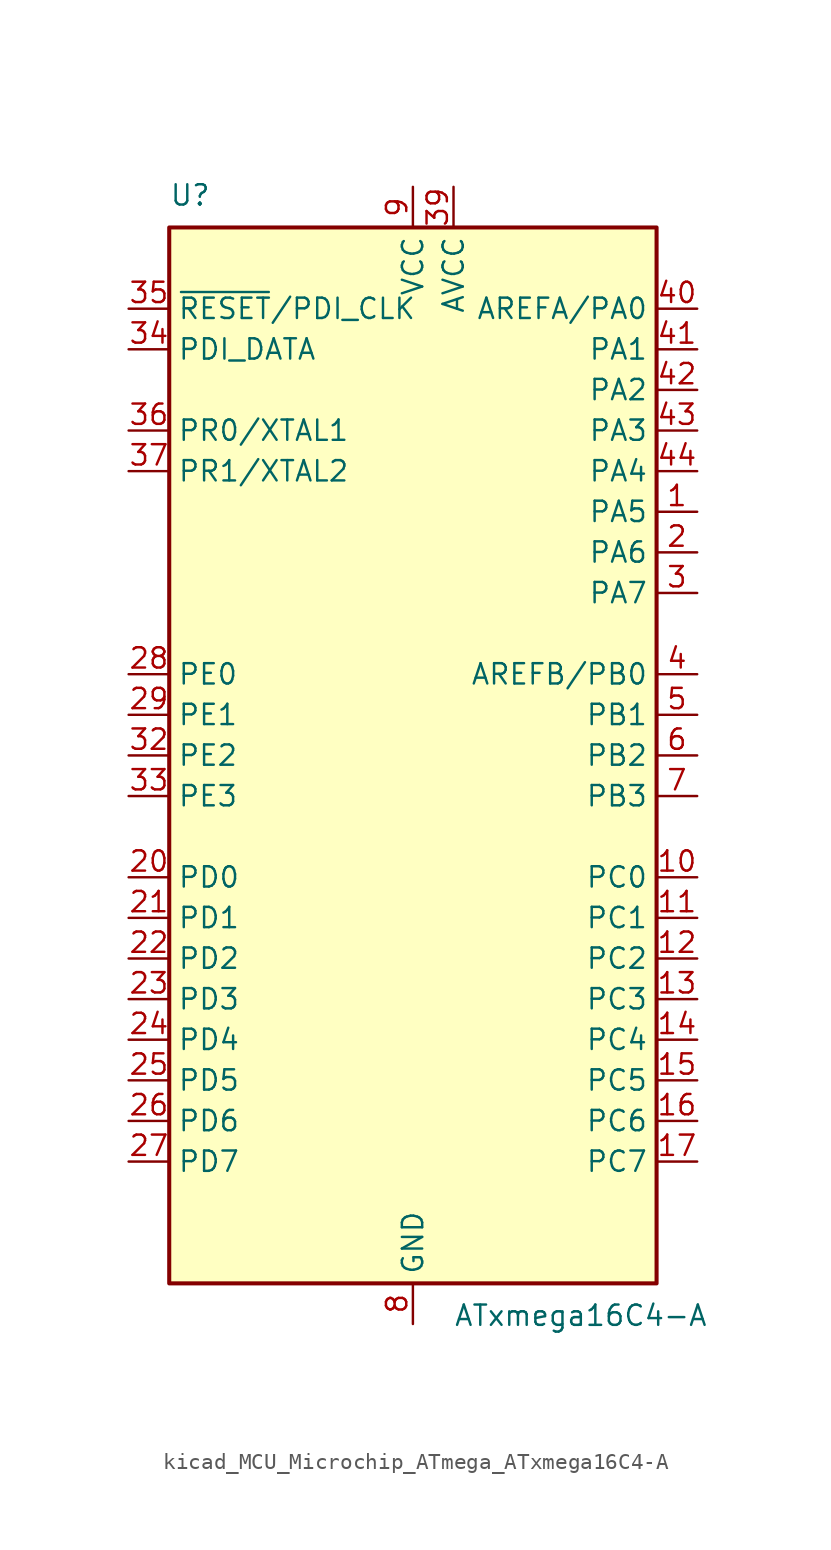
<source format=kicad_sym>
(kicad_symbol_lib
  (version 20220914)
  (generator kicad_symbol_editor)
  (symbol "kicad_MCU_Microchip_ATmega_ATxmega16C4-A"
    (property "Reference" "U"
      (at -15.24 34.29 0)
      (effects (font (size 1.27 1.27)) (justify left bottom)))
    (property "Value" "ATxmega16C4-A"
      (at 2.54 -34.29 0)
      (effects (font (size 1.27 1.27)) (justify left top)))
    (symbol "kicad_MCU_Microchip_ATmega_ATxmega16C4-A_0_1"
      (rectangle (start -15.24 -33.02) (end 15.24 33.02) (stroke (width 0.254) (type default)) (fill (type background))))
    (symbol "kicad_MCU_Microchip_ATmega_ATxmega16C4-A_1_1"
      (pin bidirectional line (at 17.78 15.24 180) (length 2.54) (name "PA5" (effects (font (size 1.27 1.27)))) (number "1" (effects (font (size 1.27 1.27)))))
      (pin bidirectional line (at 17.78 -7.62 180) (length 2.54) (name "PC0" (effects (font (size 1.27 1.27)))) (number "10" (effects (font (size 1.27 1.27)))))
      (pin bidirectional line (at 17.78 -10.16 180) (length 2.54) (name "PC1" (effects (font (size 1.27 1.27)))) (number "11" (effects (font (size 1.27 1.27)))))
      (pin bidirectional line (at 17.78 -12.7 180) (length 2.54) (name "PC2" (effects (font (size 1.27 1.27)))) (number "12" (effects (font (size 1.27 1.27)))))
      (pin bidirectional line (at 17.78 -15.24 180) (length 2.54) (name "PC3" (effects (font (size 1.27 1.27)))) (number "13" (effects (font (size 1.27 1.27)))))
      (pin bidirectional line (at 17.78 -17.78 180) (length 2.54) (name "PC4" (effects (font (size 1.27 1.27)))) (number "14" (effects (font (size 1.27 1.27)))))
      (pin bidirectional line (at 17.78 -20.32 180) (length 2.54) (name "PC5" (effects (font (size 1.27 1.27)))) (number "15" (effects (font (size 1.27 1.27)))))
      (pin bidirectional line (at 17.78 -22.86 180) (length 2.54) (name "PC6" (effects (font (size 1.27 1.27)))) (number "16" (effects (font (size 1.27 1.27)))))
      (pin bidirectional line (at 17.78 -25.4 180) (length 2.54) (name "PC7" (effects (font (size 1.27 1.27)))) (number "17" (effects (font (size 1.27 1.27)))))
      (pin passive line (at 0 -35.56 90) (length 2.54) hide (name "GND" (effects (font (size 1.27 1.27)))) (number "18" (effects (font (size 1.27 1.27)))))
      (pin passive line (at 0 35.56 270) (length 2.54) hide (name "VCC" (effects (font (size 1.27 1.27)))) (number "19" (effects (font (size 1.27 1.27)))))
      (pin bidirectional line (at 17.78 12.7 180) (length 2.54) (name "PA6" (effects (font (size 1.27 1.27)))) (number "2" (effects (font (size 1.27 1.27)))))
      (pin bidirectional line (at -17.78 -7.62 0) (length 2.54) (name "PD0" (effects (font (size 1.27 1.27)))) (number "20" (effects (font (size 1.27 1.27)))))
      (pin bidirectional line (at -17.78 -10.16 0) (length 2.54) (name "PD1" (effects (font (size 1.27 1.27)))) (number "21" (effects (font (size 1.27 1.27)))))
      (pin bidirectional line (at -17.78 -12.7 0) (length 2.54) (name "PD2" (effects (font (size 1.27 1.27)))) (number "22" (effects (font (size 1.27 1.27)))))
      (pin bidirectional line (at -17.78 -15.24 0) (length 2.54) (name "PD3" (effects (font (size 1.27 1.27)))) (number "23" (effects (font (size 1.27 1.27)))))
      (pin bidirectional line (at -17.78 -17.78 0) (length 2.54) (name "PD4" (effects (font (size 1.27 1.27)))) (number "24" (effects (font (size 1.27 1.27)))))
      (pin bidirectional line (at -17.78 -20.32 0) (length 2.54) (name "PD5" (effects (font (size 1.27 1.27)))) (number "25" (effects (font (size 1.27 1.27)))))
      (pin bidirectional line (at -17.78 -22.86 0) (length 2.54) (name "PD6" (effects (font (size 1.27 1.27)))) (number "26" (effects (font (size 1.27 1.27)))))
      (pin bidirectional line (at -17.78 -25.4 0) (length 2.54) (name "PD7" (effects (font (size 1.27 1.27)))) (number "27" (effects (font (size 1.27 1.27)))))
      (pin bidirectional line (at -17.78 5.08 0) (length 2.54) (name "PE0" (effects (font (size 1.27 1.27)))) (number "28" (effects (font (size 1.27 1.27)))))
      (pin bidirectional line (at -17.78 2.54 0) (length 2.54) (name "PE1" (effects (font (size 1.27 1.27)))) (number "29" (effects (font (size 1.27 1.27)))))
      (pin bidirectional line (at 17.78 10.16 180) (length 2.54) (name "PA7" (effects (font (size 1.27 1.27)))) (number "3" (effects (font (size 1.27 1.27)))))
      (pin passive line (at 0 -35.56 90) (length 2.54) hide (name "GND" (effects (font (size 1.27 1.27)))) (number "30" (effects (font (size 1.27 1.27)))))
      (pin passive line (at 0 35.56 270) (length 2.54) hide (name "VCC" (effects (font (size 1.27 1.27)))) (number "31" (effects (font (size 1.27 1.27)))))
      (pin bidirectional line (at -17.78 0 0) (length 2.54) (name "PE2" (effects (font (size 1.27 1.27)))) (number "32" (effects (font (size 1.27 1.27)))))
      (pin bidirectional line (at -17.78 -2.54 0) (length 2.54) (name "PE3" (effects (font (size 1.27 1.27)))) (number "33" (effects (font (size 1.27 1.27)))))
      (pin bidirectional line (at -17.78 25.4 0) (length 2.54) (name "PDI_DATA" (effects (font (size 1.27 1.27)))) (number "34" (effects (font (size 1.27 1.27)))))
      (pin input line (at -17.78 27.94 0) (length 2.54) (name "~{RESET}/PDI_CLK" (effects (font (size 1.27 1.27)))) (number "35" (effects (font (size 1.27 1.27)))))
      (pin bidirectional line (at -17.78 20.32 0) (length 2.54) (name "PR0/XTAL1" (effects (font (size 1.27 1.27)))) (number "36" (effects (font (size 1.27 1.27)))))
      (pin bidirectional line (at -17.78 17.78 0) (length 2.54) (name "PR1/XTAL2" (effects (font (size 1.27 1.27)))) (number "37" (effects (font (size 1.27 1.27)))))
      (pin passive line (at 0 -35.56 90) (length 2.54) hide (name "GND" (effects (font (size 1.27 1.27)))) (number "38" (effects (font (size 1.27 1.27)))))
      (pin power_in line (at 2.54 35.56 270) (length 2.54) (name "AVCC" (effects (font (size 1.27 1.27)))) (number "39" (effects (font (size 1.27 1.27)))))
      (pin bidirectional line (at 17.78 5.08 180) (length 2.54) (name "AREFB/PB0" (effects (font (size 1.27 1.27)))) (number "4" (effects (font (size 1.27 1.27)))))
      (pin bidirectional line (at 17.78 27.94 180) (length 2.54) (name "AREFA/PA0" (effects (font (size 1.27 1.27)))) (number "40" (effects (font (size 1.27 1.27)))))
      (pin bidirectional line (at 17.78 25.4 180) (length 2.54) (name "PA1" (effects (font (size 1.27 1.27)))) (number "41" (effects (font (size 1.27 1.27)))))
      (pin bidirectional line (at 17.78 22.86 180) (length 2.54) (name "PA2" (effects (font (size 1.27 1.27)))) (number "42" (effects (font (size 1.27 1.27)))))
      (pin bidirectional line (at 17.78 20.32 180) (length 2.54) (name "PA3" (effects (font (size 1.27 1.27)))) (number "43" (effects (font (size 1.27 1.27)))))
      (pin bidirectional line (at 17.78 17.78 180) (length 2.54) (name "PA4" (effects (font (size 1.27 1.27)))) (number "44" (effects (font (size 1.27 1.27)))))
      (pin bidirectional line (at 17.78 2.54 180) (length 2.54) (name "PB1" (effects (font (size 1.27 1.27)))) (number "5" (effects (font (size 1.27 1.27)))))
      (pin bidirectional line (at 17.78 0 180) (length 2.54) (name "PB2" (effects (font (size 1.27 1.27)))) (number "6" (effects (font (size 1.27 1.27)))))
      (pin bidirectional line (at 17.78 -2.54 180) (length 2.54) (name "PB3" (effects (font (size 1.27 1.27)))) (number "7" (effects (font (size 1.27 1.27)))))
      (pin power_in line (at 0 -35.56 90) (length 2.54) (name "GND" (effects (font (size 1.27 1.27)))) (number "8" (effects (font (size 1.27 1.27)))))
      (pin power_in line (at 0 35.56 270) (length 2.54) (name "VCC" (effects (font (size 1.27 1.27)))) (number "9" (effects (font (size 1.27 1.27))))))))
</source>
